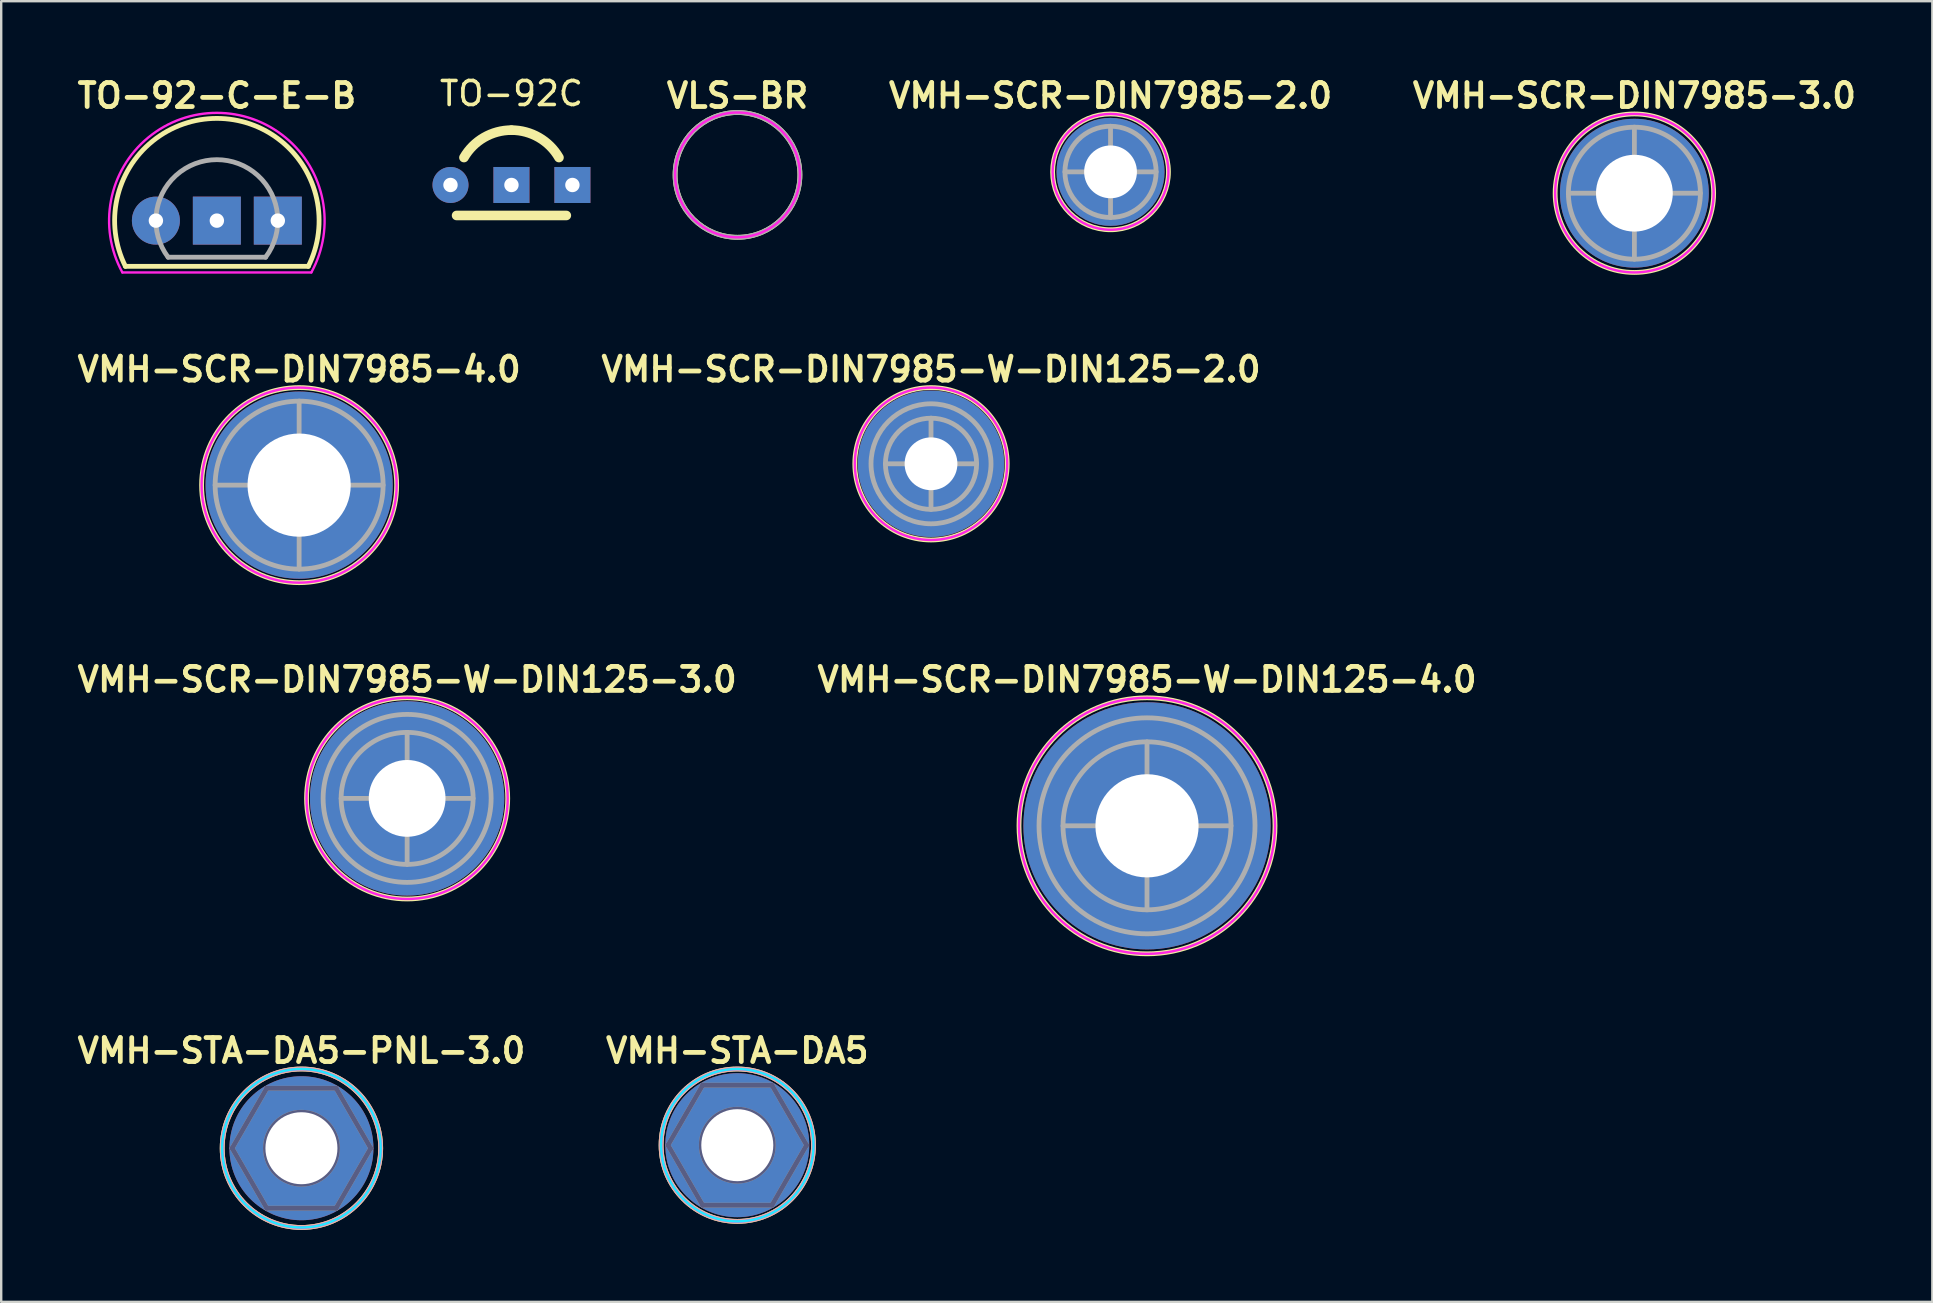
<source format=kicad_pcb>
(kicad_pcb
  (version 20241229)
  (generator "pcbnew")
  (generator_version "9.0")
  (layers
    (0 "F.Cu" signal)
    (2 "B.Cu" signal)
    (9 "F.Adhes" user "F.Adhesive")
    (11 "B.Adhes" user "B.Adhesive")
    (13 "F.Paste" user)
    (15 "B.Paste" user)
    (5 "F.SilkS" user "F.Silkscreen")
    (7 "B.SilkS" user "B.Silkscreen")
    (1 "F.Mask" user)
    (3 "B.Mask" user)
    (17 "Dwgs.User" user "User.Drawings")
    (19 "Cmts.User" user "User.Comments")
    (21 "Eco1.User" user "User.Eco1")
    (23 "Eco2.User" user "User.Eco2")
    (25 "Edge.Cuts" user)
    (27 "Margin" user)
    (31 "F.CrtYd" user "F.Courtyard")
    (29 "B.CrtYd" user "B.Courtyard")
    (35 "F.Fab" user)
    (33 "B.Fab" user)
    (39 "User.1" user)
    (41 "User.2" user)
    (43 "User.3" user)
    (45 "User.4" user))
  (footprint "VMH-SCR-DIN7985-W-DIN125-4.0"
    (layer "F.Cu")
    (at 44.743 31.36)
    (property "Reference" "VMH-SCR-DIN7985-W-DIN125-4.0" (at 0 -6.096 0) (layer "F.SilkS") (effects (font (size 1 1) (thickness 0.2))))
    (attr through_hole)
    (fp_circle (center 0 0) (end 5.334 0) (stroke (width 0.2) (type solid)) (fill no) (layer "F.SilkS"))
    (fp_circle (center 0 0) (end 5.334 0) (stroke (width 0.1) (type solid)) (fill no) (layer "F.CrtYd"))
    (fp_line (start -3.5 0) (end 3.5 0) (stroke (width 0.2) (type solid)) (layer "F.Fab"))
    (fp_line (start 0 -3.5) (end 0 3.5) (stroke (width 0.2) (type solid)) (layer "F.Fab"))
    (fp_circle (center 0 0) (end 3.5 0) (stroke (width 0.2) (type solid)) (fill no) (layer "F.Fab"))
    (fp_circle (center 0 0) (end 4.5 0) (stroke (width 0.2) (type solid)) (fill no) (layer "F.Fab"))
    (pad "0" thru_hole circle (at 0 0) (size 10.3 10.3) (drill 4.3) (layers "*.Cu" "*.Mask")))
  (footprint "VLS-BR"
    (layer "F.Cu")
    (at 27.68 4.238)
    (property "Reference" "VLS-BR" (at 0 -3.302 0) (layer "F.SilkS") (effects (font (size 1 1) (thickness 0.2))))
    (attr through_hole)
    (fp_circle (center 0 0) (end 2.6 0) (stroke (width 0.2) (type solid)) (fill no) (layer "F.SilkS"))
    (fp_circle (center 0 0) (end 2.6 0) (stroke (width 0.1) (type solid)) (fill no) (layer "F.CrtYd"))
    (fp_circle (center 0 0) (end 2.6 0) (stroke (width 0.2) (type solid)) (fill no) (layer "F.Fab")))
  (footprint "VMH-STA-DA5-PNL-3.0"
    (layer "F.Cu")
    (at 9.51 44.794)
    (property "Reference" "VMH-STA-DA5-PNL-3.0" (at 0 -4.064 0) (layer "F.SilkS") (effects (font (size 1 1) (thickness 0.2))))
    (attr through_hole)
    (fp_circle (center 0 0) (end 3.302 0) (stroke (width 0.2) (type solid)) (fill no) (layer "F.SilkS"))
    (fp_circle (center 0 0) (end 3.302 0) (stroke (width 0.2) (type solid)) (fill no) (layer "B.SilkS"))
    (fp_circle (center 0 0) (end 1.5 0) (stroke (width 0.4) (type solid)) (fill no) (layer "Eco1.User"))
    (fp_circle (center 0 0) (end 3.302 0) (stroke (width 0.1) (type solid)) (fill no) (layer "B.CrtYd"))
    (fp_circle (center 0 0) (end 3.302 0) (stroke (width 0.1) (type solid)) (fill no) (layer "F.CrtYd"))
    (fp_line (start -2.887 0) (end -1.444 2.5) (stroke (width 0.2) (type solid)) (layer "B.Fab"))
    (fp_line (start -1.444 -2.5) (end -2.887 0) (stroke (width 0.2) (type solid)) (layer "B.Fab"))
    (fp_line (start -1.444 -2.5) (end 1.444 -2.5) (stroke (width 0.2) (type solid)) (layer "B.Fab"))
    (fp_line (start -1.444 2.5) (end 1.444 2.5) (stroke (width 0.2) (type solid)) (layer "B.Fab"))
    (fp_line (start 1.444 -2.5) (end 2.887 0) (stroke (width 0.2) (type solid)) (layer "B.Fab"))
    (fp_line (start 2.887 0) (end 1.444 2.5) (stroke (width 0.2) (type solid)) (layer "B.Fab"))
    (fp_circle (center 0 0) (end 1.5 0) (stroke (width 0.2) (type solid)) (fill no) (layer "B.Fab"))
    (fp_line (start -2.887 0) (end -1.444 2.5) (stroke (width 0.2) (type solid)) (layer "F.Fab"))
    (fp_line (start -1.444 -2.5) (end -2.887 0) (stroke (width 0.2) (type solid)) (layer "F.Fab"))
    (fp_line (start -1.444 -2.5) (end 1.444 -2.5) (stroke (width 0.2) (type solid)) (layer "F.Fab"))
    (fp_line (start -1.444 2.5) (end 1.444 2.5) (stroke (width 0.2) (type solid)) (layer "F.Fab"))
    (fp_line (start 1.444 -2.5) (end 2.887 0) (stroke (width 0.2) (type solid)) (layer "F.Fab"))
    (fp_line (start 2.887 0) (end 1.444 2.5) (stroke (width 0.2) (type solid)) (layer "F.Fab"))
    (fp_circle (center 0 0) (end 1.5 0) (stroke (width 0.2) (type solid)) (fill no) (layer "F.Fab"))
    (pad "0" thru_hole circle (at 0 0) (size 6 6) (drill 3) (layers "*.Cu" "*.Mask")))
  (footprint "VMH-SCR-DIN7985-W-DIN125-3.0"
    (layer "F.Cu")
    (at 13.914 30.217)
    (property "Reference" "VMH-SCR-DIN7985-W-DIN125-3.0" (at 0 -4.953 0) (layer "F.SilkS") (effects (font (size 1 1) (thickness 0.2))))
    (attr through_hole)
    (fp_circle (center 0 0) (end 4.191 0) (stroke (width 0.2) (type solid)) (fill no) (layer "F.SilkS"))
    (fp_circle (center 0 0) (end 4.191 0) (stroke (width 0.1) (type solid)) (fill no) (layer "F.CrtYd"))
    (fp_line (start -2.75 0) (end 2.75 0) (stroke (width 0.2) (type solid)) (layer "F.Fab"))
    (fp_line (start 0 -2.75) (end 0 2.75) (stroke (width 0.2) (type solid)) (layer "F.Fab"))
    (fp_circle (center 0 0) (end 2.75 0) (stroke (width 0.2) (type solid)) (fill no) (layer "F.Fab"))
    (fp_circle (center 0 0) (end 3.5 0) (stroke (width 0.2) (type solid)) (fill no) (layer "F.Fab"))
    (pad "0" thru_hole circle (at 0 0) (size 8.1 8.1) (drill 3.2) (layers "*.Cu" "*.Mask")))
  (footprint "TO-92C"
    (layer "F.Cu")
    (at 18.261 4.658)
    (property "Reference" "TO-92C" (at 0 -3.81 0) (layer "F.SilkS") (effects (font (size 1 1) (thickness 0.15))))
    (attr through_hole)
    (fp_line (start -2.286 1.27) (end 2.286 1.27) (stroke (width 0.4) (type solid)) (layer "F.SilkS"))
    (fp_arc (start -1.979734 -1.143) (mid -1.143 -1.979734) (end 0 -2.286) (stroke (width 0.4) (type solid)) (layer "F.SilkS"))
    (fp_arc (start 0 -2.286) (mid 1.143 -1.979734) (end 1.979734 -1.143) (stroke (width 0.4) (type solid)) (layer "F.SilkS"))
    (pad "B" thru_hole rect (at 0 0) (size 1.5 1.5) (drill 0.6) (layers "*.Cu" "*.Mask"))
    (pad "C" thru_hole circle (at -2.54 0) (size 1.5 1.5) (drill 0.6) (layers "*.Cu" "*.Mask"))
    (pad "E" thru_hole rect (at 2.54 0) (size 1.5 1.5) (drill 0.6) (layers "*.Cu" "*.Mask")))
  (footprint "TO-92-C-E-B"
    (layer "F.Cu")
    (at 5.986 6.143)
    (property "Reference" "TO-92-C-E-B" (at 0 -5.207 0) (layer "F.SilkS") (effects (font (size 1 1) (thickness 0.2))))
    (attr through_hole)
    (fp_line (start -3.81 1.905) (end 3.81 1.905) (stroke (width 0.2) (type solid)) (layer "F.SilkS"))
    (fp_arc (start -3.809999 1.905) (mid 0 -4.259709) (end 3.809999 1.904999) (stroke (width 0.2) (type solid)) (layer "F.SilkS"))
    (fp_line (start -3.937 2.159) (end 3.937 2.159) (stroke (width 0.1) (type solid)) (layer "F.CrtYd"))
    (fp_arc (start -3.936999 2.159) (mid 0 -4.490127) (end 3.936999 2.158999) (stroke (width 0.1) (type solid)) (layer "F.CrtYd"))
    (fp_line (start -2.031 1.525) (end 2.031 1.525) (stroke (width 0.2) (type solid)) (layer "F.Fab"))
    (fp_arc (start -2.03125 1.525) (mid 0.000084 -2.54) (end 2.031149 1.525135) (stroke (width 0.2) (type solid)) (layer "F.Fab"))
    (pad "B" thru_hole rect (at 2.54 0) (size 2 2) (drill 0.6) (layers "*.Cu" "*.Mask"))
    (pad "C" thru_hole circle (at -2.54 0) (size 2 2) (drill 0.6) (layers "*.Cu" "*.Mask"))
    (pad "E" thru_hole rect (at 0 0) (size 2 2) (drill 0.6) (layers "*.Cu" "*.Mask")))
  (footprint "VMH-SCR-DIN7985-3.0"
    (layer "F.Cu")
    (at 65.051 5)
    (property "Reference" "VMH-SCR-DIN7985-3.0" (at 0 -4.064 0) (layer "F.SilkS") (effects (font (size 1 1) (thickness 0.2))))
    (attr through_hole)
    (fp_circle (center 0 0) (end 3.302 0) (stroke (width 0.2) (type solid)) (fill no) (layer "F.SilkS"))
    (fp_circle (center 0 0) (end 3.302 0) (stroke (width 0.1) (type solid)) (fill no) (layer "F.CrtYd"))
    (fp_line (start -2.75 0) (end 2.75 0) (stroke (width 0.2) (type solid)) (layer "F.Fab"))
    (fp_line (start 0 -2.75) (end 0 2.75) (stroke (width 0.2) (type solid)) (layer "F.Fab"))
    (fp_circle (center 0 0) (end 2.75 0) (stroke (width 0.2) (type solid)) (fill no) (layer "F.Fab"))
    (pad "0" thru_hole circle (at 0 0) (size 6.2 6.2) (drill 3.2) (layers "*.Cu" "*.Mask")))
  (footprint "VMH-SCR-DIN7985-2.0"
    (layer "F.Cu")
    (at 43.223 4.111)
    (property "Reference" "VMH-SCR-DIN7985-2.0" (at 0 -3.175 0) (layer "F.SilkS") (effects (font (size 1 1) (thickness 0.2))))
    (attr through_hole)
    (fp_circle (center 0 0) (end 2.413 0) (stroke (width 0.2) (type solid)) (fill no) (layer "F.SilkS"))
    (fp_circle (center 0 0) (end 2.413 0) (stroke (width 0.1) (type solid)) (fill no) (layer "F.CrtYd"))
    (fp_line (start -1.9 0) (end 1.9 0) (stroke (width 0.2) (type solid)) (layer "F.Fab"))
    (fp_line (start 0 -1.9) (end 0 1.9) (stroke (width 0.2) (type solid)) (layer "F.Fab"))
    (fp_circle (center 0 0) (end 1.9 0) (stroke (width 0.2) (type solid)) (fill no) (layer "F.Fab"))
    (pad "0" thru_hole circle (at 0 0) (size 4.5 4.5) (drill 2.2) (layers "*.Cu" "*.Mask")))
  (footprint "VMH-SCR-DIN7985-4.0"
    (layer "F.Cu")
    (at 9.414 17.164)
    (property "Reference" "VMH-SCR-DIN7985-4.0" (at 0 -4.826 0) (layer "F.SilkS") (effects (font (size 1 1) (thickness 0.2))))
    (attr through_hole)
    (fp_circle (center 0 0) (end 4.064 0) (stroke (width 0.2) (type solid)) (fill no) (layer "F.SilkS"))
    (fp_circle (center 0 0) (end 4.064 0) (stroke (width 0.1) (type solid)) (fill no) (layer "F.CrtYd"))
    (fp_line (start -3.5 0) (end 3.5 0) (stroke (width 0.2) (type solid)) (layer "F.Fab"))
    (fp_line (start 0 -3.5) (end 0 3.5) (stroke (width 0.2) (type solid)) (layer "F.Fab"))
    (fp_circle (center 0 0) (end 3.5 0) (stroke (width 0.2) (type solid)) (fill no) (layer "F.Fab"))
    (pad "0" thru_hole circle (at 0 0) (size 7.8 7.8) (drill 4.3) (layers "*.Cu" "*.Mask")))
  (footprint "VMH-STA-DA5"
    (layer "F.Cu")
    (at 27.671 44.667)
    (property "Reference" "VMH-STA-DA5" (at 0 -3.937 0) (layer "F.SilkS") (effects (font (size 1 1) (thickness 0.2))))
    (attr through_hole)
    (fp_circle (center 0 0) (end 3.175 0) (stroke (width 0.2) (type solid)) (fill no) (layer "F.SilkS"))
    (fp_circle (center 0 0) (end 3.175 0) (stroke (width 0.2) (type solid)) (fill no) (layer "B.SilkS"))
    (fp_circle (center 0 0) (end 3.175 0) (stroke (width 0.1) (type solid)) (fill no) (layer "B.CrtYd"))
    (fp_circle (center 0 0) (end 3.175 0) (stroke (width 0.1) (type solid)) (fill no) (layer "F.CrtYd"))
    (fp_line (start -2.887 0) (end -1.444 2.5) (stroke (width 0.2) (type solid)) (layer "B.Fab"))
    (fp_line (start -1.444 -2.5) (end -2.887 0) (stroke (width 0.2) (type solid)) (layer "B.Fab"))
    (fp_line (start -1.444 -2.5) (end 1.444 -2.5) (stroke (width 0.2) (type solid)) (layer "B.Fab"))
    (fp_line (start -1.444 2.5) (end 1.444 2.5) (stroke (width 0.2) (type solid)) (layer "B.Fab"))
    (fp_line (start 1.444 -2.5) (end 2.887 0) (stroke (width 0.2) (type solid)) (layer "B.Fab"))
    (fp_line (start 2.887 0) (end 1.444 2.5) (stroke (width 0.2) (type solid)) (layer "B.Fab"))
    (fp_circle (center 0 0) (end 1.5 0) (stroke (width 0.2) (type solid)) (fill no) (layer "B.Fab"))
    (fp_line (start -2.887 0) (end -1.444 2.5) (stroke (width 0.2) (type solid)) (layer "F.Fab"))
    (fp_line (start -1.444 -2.5) (end -2.887 0) (stroke (width 0.2) (type solid)) (layer "F.Fab"))
    (fp_line (start -1.444 -2.5) (end 1.444 -2.5) (stroke (width 0.2) (type solid)) (layer "F.Fab"))
    (fp_line (start -1.444 2.5) (end 1.444 2.5) (stroke (width 0.2) (type solid)) (layer "F.Fab"))
    (fp_line (start 1.444 -2.5) (end 2.887 0) (stroke (width 0.2) (type solid)) (layer "F.Fab"))
    (fp_line (start 2.887 0) (end 1.444 2.5) (stroke (width 0.2) (type solid)) (layer "F.Fab"))
    (fp_circle (center 0 0) (end 1.5 0) (stroke (width 0.2) (type solid)) (fill no) (layer "F.Fab"))
    (pad "0" thru_hole circle (at 0 0) (size 6 6) (drill 3) (layers "*.Cu" "*.Mask")))
  (footprint "VMH-SCR-DIN7985-W-DIN125-2.0"
    (layer "F.Cu")
    (at 35.743 16.275)
    (property "Reference" "VMH-SCR-DIN7985-W-DIN125-2.0" (at 0 -3.937 0) (layer "F.SilkS") (effects (font (size 1 1) (thickness 0.2))))
    (attr through_hole)
    (fp_circle (center 0 0) (end 3.175 0) (stroke (width 0.2) (type solid)) (fill no) (layer "F.SilkS"))
    (fp_circle (center 0 0) (end 3.175 0) (stroke (width 0.1) (type solid)) (fill no) (layer "F.CrtYd"))
    (fp_line (start -1.9 0) (end 1.9 0) (stroke (width 0.2) (type solid)) (layer "F.Fab"))
    (fp_line (start 0 -1.9) (end 0 1.9) (stroke (width 0.2) (type solid)) (layer "F.Fab"))
    (fp_circle (center 0 0) (end 1.9 0) (stroke (width 0.2) (type solid)) (fill no) (layer "F.Fab"))
    (fp_circle (center 0 0) (end 2.5 0) (stroke (width 0.2) (type solid)) (fill no) (layer "F.Fab"))
    (pad "0" thru_hole circle (at 0 0) (size 6.1 6.1) (drill 2.2) (layers "*.Cu" "*.Mask")))
  (gr_rect
    (start -3 -3)
    (end 77.466 51.196)
    (stroke (width 0.1) (type default))
    (fill no)
    (layer "Edge.Cuts")))
</source>
